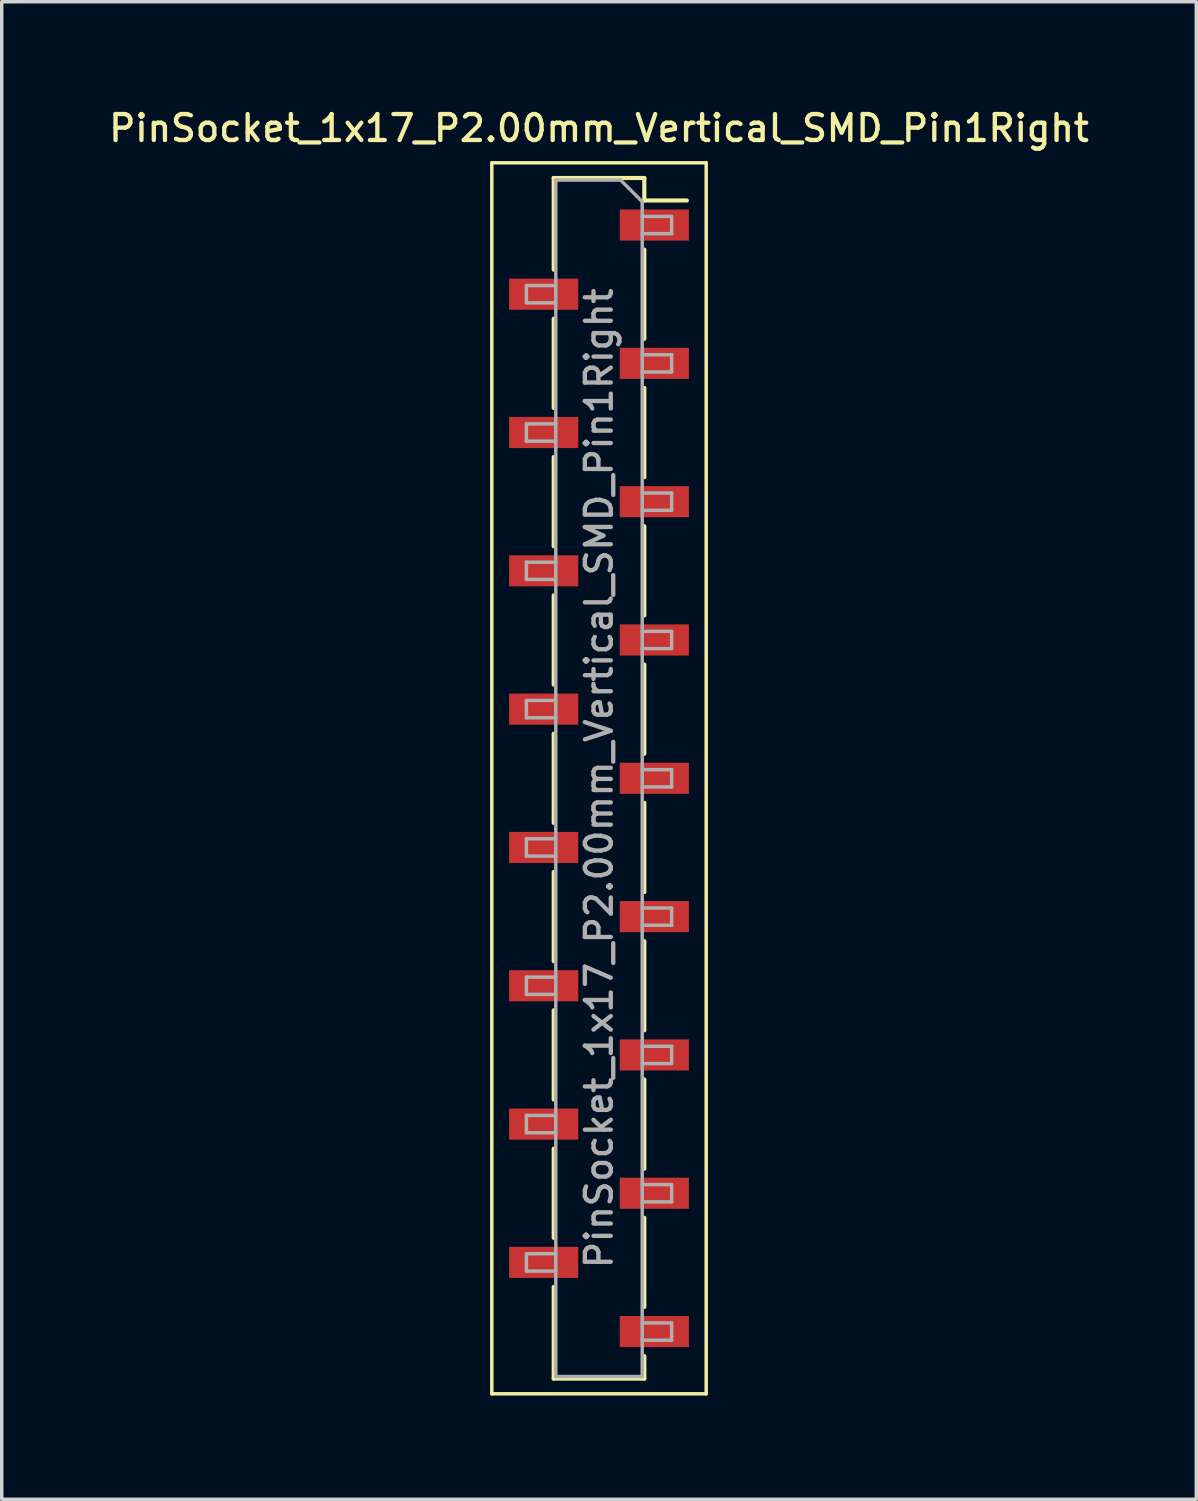
<source format=kicad_pcb>
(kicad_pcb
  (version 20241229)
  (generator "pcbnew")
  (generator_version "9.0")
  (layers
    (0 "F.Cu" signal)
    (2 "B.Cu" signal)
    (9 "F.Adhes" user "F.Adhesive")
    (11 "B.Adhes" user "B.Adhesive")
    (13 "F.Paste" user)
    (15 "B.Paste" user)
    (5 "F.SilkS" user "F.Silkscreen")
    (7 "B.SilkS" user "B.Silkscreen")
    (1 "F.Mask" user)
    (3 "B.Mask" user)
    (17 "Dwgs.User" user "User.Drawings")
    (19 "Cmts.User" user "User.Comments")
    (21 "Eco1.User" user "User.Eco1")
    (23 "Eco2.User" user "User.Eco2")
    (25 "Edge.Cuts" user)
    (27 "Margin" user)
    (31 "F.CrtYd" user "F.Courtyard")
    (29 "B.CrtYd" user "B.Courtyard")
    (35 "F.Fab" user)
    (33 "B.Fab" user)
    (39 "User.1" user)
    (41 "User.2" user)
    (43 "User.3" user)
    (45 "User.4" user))
  (footprint "PinSocket_1x17_P2.00mm_Vertical_SMD_Pin1Right"
    (layer "F.Cu")
    (at 14.273 19.458)
    (property "Reference" "PinSocket_1x17_P2.00mm_Vertical_SMD_Pin1Right" (at 0 -18.8 0) (layer "F.SilkS") (effects (font (size 0.75 0.75) (thickness 0.125))))
    (attr smd)
    (fp_line (start -3.1 -17.8) (end 3.1 -17.8) (stroke (width 0.1) (type solid)) (layer "F.SilkS"))
    (fp_line (start -3.1 17.8) (end -3.1 -17.8) (stroke (width 0.1) (type solid)) (layer "F.SilkS"))
    (fp_line (start -1.31 -17.36) (end -1.31 -14.71) (stroke (width 0.12) (type solid)) (layer "F.SilkS"))
    (fp_line (start -1.31 -17.36) (end 1.31 -17.36) (stroke (width 0.12) (type solid)) (layer "F.SilkS"))
    (fp_line (start -1.31 -13.29) (end -1.31 -10.71) (stroke (width 0.12) (type solid)) (layer "F.SilkS"))
    (fp_line (start -1.31 -9.29) (end -1.31 -6.71) (stroke (width 0.12) (type solid)) (layer "F.SilkS"))
    (fp_line (start -1.31 -5.29) (end -1.31 -2.71) (stroke (width 0.12) (type solid)) (layer "F.SilkS"))
    (fp_line (start -1.31 -1.29) (end -1.31 1.29) (stroke (width 0.12) (type solid)) (layer "F.SilkS"))
    (fp_line (start -1.31 2.71) (end -1.31 5.29) (stroke (width 0.12) (type solid)) (layer "F.SilkS"))
    (fp_line (start -1.31 6.71) (end -1.31 9.29) (stroke (width 0.12) (type solid)) (layer "F.SilkS"))
    (fp_line (start -1.31 10.71) (end -1.31 13.29) (stroke (width 0.12) (type solid)) (layer "F.SilkS"))
    (fp_line (start -1.31 14.71) (end -1.31 17.36) (stroke (width 0.12) (type solid)) (layer "F.SilkS"))
    (fp_line (start -1.31 17.36) (end 1.31 17.36) (stroke (width 0.12) (type solid)) (layer "F.SilkS"))
    (fp_line (start 1.31 -17.36) (end 1.31 -16.71) (stroke (width 0.12) (type solid)) (layer "F.SilkS"))
    (fp_line (start 1.31 -16.71) (end 2.54 -16.71) (stroke (width 0.12) (type solid)) (layer "F.SilkS"))
    (fp_line (start 1.31 -15.29) (end 1.31 -12.71) (stroke (width 0.12) (type solid)) (layer "F.SilkS"))
    (fp_line (start 1.31 -11.29) (end 1.31 -8.71) (stroke (width 0.12) (type solid)) (layer "F.SilkS"))
    (fp_line (start 1.31 -7.29) (end 1.31 -4.71) (stroke (width 0.12) (type solid)) (layer "F.SilkS"))
    (fp_line (start 1.31 -3.29) (end 1.31 -0.71) (stroke (width 0.12) (type solid)) (layer "F.SilkS"))
    (fp_line (start 1.31 0.71) (end 1.31 3.29) (stroke (width 0.12) (type solid)) (layer "F.SilkS"))
    (fp_line (start 1.31 4.71) (end 1.31 7.29) (stroke (width 0.12) (type solid)) (layer "F.SilkS"))
    (fp_line (start 1.31 8.71) (end 1.31 11.29) (stroke (width 0.12) (type solid)) (layer "F.SilkS"))
    (fp_line (start 1.31 12.71) (end 1.31 15.29) (stroke (width 0.12) (type solid)) (layer "F.SilkS"))
    (fp_line (start 1.31 16.71) (end 1.31 17.36) (stroke (width 0.12) (type solid)) (layer "F.SilkS"))
    (fp_line (start 3.1 -17.8) (end 3.1 17.8) (stroke (width 0.1) (type solid)) (layer "F.SilkS"))
    (fp_line (start 3.1 17.8) (end -3.1 17.8) (stroke (width 0.1) (type solid)) (layer "F.SilkS"))
    (fp_line (start -2.1 -14.25) (end -1.25 -14.25) (stroke (width 0.1) (type solid)) (layer "F.Fab"))
    (fp_line (start -2.1 -13.75) (end -2.1 -14.25) (stroke (width 0.1) (type solid)) (layer "F.Fab"))
    (fp_line (start -2.1 -10.25) (end -1.25 -10.25) (stroke (width 0.1) (type solid)) (layer "F.Fab"))
    (fp_line (start -2.1 -9.75) (end -2.1 -10.25) (stroke (width 0.1) (type solid)) (layer "F.Fab"))
    (fp_line (start -2.1 -6.25) (end -1.25 -6.25) (stroke (width 0.1) (type solid)) (layer "F.Fab"))
    (fp_line (start -2.1 -5.75) (end -2.1 -6.25) (stroke (width 0.1) (type solid)) (layer "F.Fab"))
    (fp_line (start -2.1 -2.25) (end -1.25 -2.25) (stroke (width 0.1) (type solid)) (layer "F.Fab"))
    (fp_line (start -2.1 -1.75) (end -2.1 -2.25) (stroke (width 0.1) (type solid)) (layer "F.Fab"))
    (fp_line (start -2.1 1.75) (end -1.25 1.75) (stroke (width 0.1) (type solid)) (layer "F.Fab"))
    (fp_line (start -2.1 2.25) (end -2.1 1.75) (stroke (width 0.1) (type solid)) (layer "F.Fab"))
    (fp_line (start -2.1 5.75) (end -1.25 5.75) (stroke (width 0.1) (type solid)) (layer "F.Fab"))
    (fp_line (start -2.1 6.25) (end -2.1 5.75) (stroke (width 0.1) (type solid)) (layer "F.Fab"))
    (fp_line (start -2.1 9.75) (end -1.25 9.75) (stroke (width 0.1) (type solid)) (layer "F.Fab"))
    (fp_line (start -2.1 10.25) (end -2.1 9.75) (stroke (width 0.1) (type solid)) (layer "F.Fab"))
    (fp_line (start -2.1 13.75) (end -1.25 13.75) (stroke (width 0.1) (type solid)) (layer "F.Fab"))
    (fp_line (start -2.1 14.25) (end -2.1 13.75) (stroke (width 0.1) (type solid)) (layer "F.Fab"))
    (fp_line (start -1.25 -17.3) (end 0.625 -17.3) (stroke (width 0.1) (type solid)) (layer "F.Fab"))
    (fp_line (start -1.25 -13.75) (end -2.1 -13.75) (stroke (width 0.1) (type solid)) (layer "F.Fab"))
    (fp_line (start -1.25 -9.75) (end -2.1 -9.75) (stroke (width 0.1) (type solid)) (layer "F.Fab"))
    (fp_line (start -1.25 -5.75) (end -2.1 -5.75) (stroke (width 0.1) (type solid)) (layer "F.Fab"))
    (fp_line (start -1.25 -1.75) (end -2.1 -1.75) (stroke (width 0.1) (type solid)) (layer "F.Fab"))
    (fp_line (start -1.25 2.25) (end -2.1 2.25) (stroke (width 0.1) (type solid)) (layer "F.Fab"))
    (fp_line (start -1.25 6.25) (end -2.1 6.25) (stroke (width 0.1) (type solid)) (layer "F.Fab"))
    (fp_line (start -1.25 10.25) (end -2.1 10.25) (stroke (width 0.1) (type solid)) (layer "F.Fab"))
    (fp_line (start -1.25 14.25) (end -2.1 14.25) (stroke (width 0.1) (type solid)) (layer "F.Fab"))
    (fp_line (start -1.25 17.3) (end -1.25 -17.3) (stroke (width 0.1) (type solid)) (layer "F.Fab"))
    (fp_line (start 0.625 -17.3) (end 1.25 -16.675) (stroke (width 0.1) (type solid)) (layer "F.Fab"))
    (fp_line (start 1.25 -16.675) (end 1.25 17.3) (stroke (width 0.1) (type solid)) (layer "F.Fab"))
    (fp_line (start 1.25 -16.25) (end 2.1 -16.25) (stroke (width 0.1) (type solid)) (layer "F.Fab"))
    (fp_line (start 1.25 -12.25) (end 2.1 -12.25) (stroke (width 0.1) (type solid)) (layer "F.Fab"))
    (fp_line (start 1.25 -8.25) (end 2.1 -8.25) (stroke (width 0.1) (type solid)) (layer "F.Fab"))
    (fp_line (start 1.25 -4.25) (end 2.1 -4.25) (stroke (width 0.1) (type solid)) (layer "F.Fab"))
    (fp_line (start 1.25 -0.25) (end 2.1 -0.25) (stroke (width 0.1) (type solid)) (layer "F.Fab"))
    (fp_line (start 1.25 3.75) (end 2.1 3.75) (stroke (width 0.1) (type solid)) (layer "F.Fab"))
    (fp_line (start 1.25 7.75) (end 2.1 7.75) (stroke (width 0.1) (type solid)) (layer "F.Fab"))
    (fp_line (start 1.25 11.75) (end 2.1 11.75) (stroke (width 0.1) (type solid)) (layer "F.Fab"))
    (fp_line (start 1.25 15.75) (end 2.1 15.75) (stroke (width 0.1) (type solid)) (layer "F.Fab"))
    (fp_line (start 1.25 17.3) (end -1.25 17.3) (stroke (width 0.1) (type solid)) (layer "F.Fab"))
    (fp_line (start 2.1 -16.25) (end 2.1 -15.75) (stroke (width 0.1) (type solid)) (layer "F.Fab"))
    (fp_line (start 2.1 -15.75) (end 1.25 -15.75) (stroke (width 0.1) (type solid)) (layer "F.Fab"))
    (fp_line (start 2.1 -12.25) (end 2.1 -11.75) (stroke (width 0.1) (type solid)) (layer "F.Fab"))
    (fp_line (start 2.1 -11.75) (end 1.25 -11.75) (stroke (width 0.1) (type solid)) (layer "F.Fab"))
    (fp_line (start 2.1 -8.25) (end 2.1 -7.75) (stroke (width 0.1) (type solid)) (layer "F.Fab"))
    (fp_line (start 2.1 -7.75) (end 1.25 -7.75) (stroke (width 0.1) (type solid)) (layer "F.Fab"))
    (fp_line (start 2.1 -4.25) (end 2.1 -3.75) (stroke (width 0.1) (type solid)) (layer "F.Fab"))
    (fp_line (start 2.1 -3.75) (end 1.25 -3.75) (stroke (width 0.1) (type solid)) (layer "F.Fab"))
    (fp_line (start 2.1 -0.25) (end 2.1 0.25) (stroke (width 0.1) (type solid)) (layer "F.Fab"))
    (fp_line (start 2.1 0.25) (end 1.25 0.25) (stroke (width 0.1) (type solid)) (layer "F.Fab"))
    (fp_line (start 2.1 3.75) (end 2.1 4.25) (stroke (width 0.1) (type solid)) (layer "F.Fab"))
    (fp_line (start 2.1 4.25) (end 1.25 4.25) (stroke (width 0.1) (type solid)) (layer "F.Fab"))
    (fp_line (start 2.1 7.75) (end 2.1 8.25) (stroke (width 0.1) (type solid)) (layer "F.Fab"))
    (fp_line (start 2.1 8.25) (end 1.25 8.25) (stroke (width 0.1) (type solid)) (layer "F.Fab"))
    (fp_line (start 2.1 11.75) (end 2.1 12.25) (stroke (width 0.1) (type solid)) (layer "F.Fab"))
    (fp_line (start 2.1 12.25) (end 1.25 12.25) (stroke (width 0.1) (type solid)) (layer "F.Fab"))
    (fp_line (start 2.1 15.75) (end 2.1 16.25) (stroke (width 0.1) (type solid)) (layer "F.Fab"))
    (fp_line (start 2.1 16.25) (end 1.25 16.25) (stroke (width 0.1) (type solid)) (layer "F.Fab"))
    (fp_text user "${REFERENCE}" (at 0 0 90) (layer "F.Fab") (effects (font (size 0.75 0.75) (thickness 0.125))))
    (pad "1" smd rect (at 1.6 -16) (size 2 0.9) (layers "F.Cu" "F.Mask" "F.Paste"))
    (pad "2" smd rect (at -1.6 -14) (size 2 0.9) (layers "F.Cu" "F.Mask" "F.Paste"))
    (pad "3" smd rect (at 1.6 -12) (size 2 0.9) (layers "F.Cu" "F.Mask" "F.Paste"))
    (pad "4" smd rect (at -1.6 -10) (size 2 0.9) (layers "F.Cu" "F.Mask" "F.Paste"))
    (pad "5" smd rect (at 1.6 -8) (size 2 0.9) (layers "F.Cu" "F.Mask" "F.Paste"))
    (pad "6" smd rect (at -1.6 -6) (size 2 0.9) (layers "F.Cu" "F.Mask" "F.Paste"))
    (pad "7" smd rect (at 1.6 -4) (size 2 0.9) (layers "F.Cu" "F.Mask" "F.Paste"))
    (pad "8" smd rect (at -1.6 -2) (size 2 0.9) (layers "F.Cu" "F.Mask" "F.Paste"))
    (pad "9" smd rect (at 1.6 0) (size 2 0.9) (layers "F.Cu" "F.Mask" "F.Paste"))
    (pad "10" smd rect (at -1.6 2) (size 2 0.9) (layers "F.Cu" "F.Mask" "F.Paste"))
    (pad "11" smd rect (at 1.6 4) (size 2 0.9) (layers "F.Cu" "F.Mask" "F.Paste"))
    (pad "12" smd rect (at -1.6 6) (size 2 0.9) (layers "F.Cu" "F.Mask" "F.Paste"))
    (pad "13" smd rect (at 1.6 8) (size 2 0.9) (layers "F.Cu" "F.Mask" "F.Paste"))
    (pad "14" smd rect (at -1.6 10) (size 2 0.9) (layers "F.Cu" "F.Mask" "F.Paste"))
    (pad "15" smd rect (at 1.6 12) (size 2 0.9) (layers "F.Cu" "F.Mask" "F.Paste"))
    (pad "16" smd rect (at -1.6 14) (size 2 0.9) (layers "F.Cu" "F.Mask" "F.Paste"))
    (pad "17" smd rect (at 1.6 16) (size 2 0.9) (layers "F.Cu" "F.Mask" "F.Paste")))
  (gr_rect
    (start -3 -3)
    (end 31.546 40.308)
    (stroke (width 0.1) (type default))
    (fill no)
    (layer "Edge.Cuts")))
</source>
